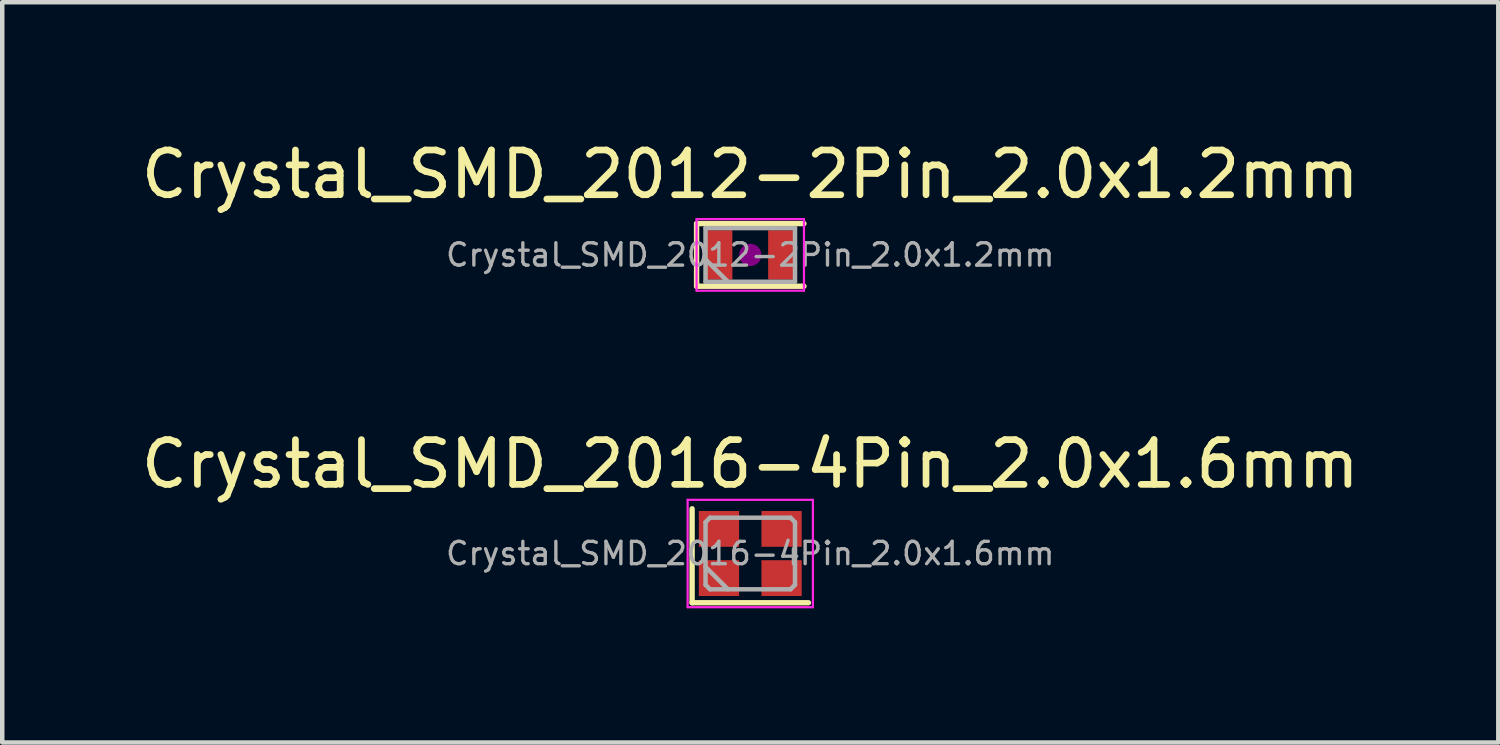
<source format=kicad_pcb>
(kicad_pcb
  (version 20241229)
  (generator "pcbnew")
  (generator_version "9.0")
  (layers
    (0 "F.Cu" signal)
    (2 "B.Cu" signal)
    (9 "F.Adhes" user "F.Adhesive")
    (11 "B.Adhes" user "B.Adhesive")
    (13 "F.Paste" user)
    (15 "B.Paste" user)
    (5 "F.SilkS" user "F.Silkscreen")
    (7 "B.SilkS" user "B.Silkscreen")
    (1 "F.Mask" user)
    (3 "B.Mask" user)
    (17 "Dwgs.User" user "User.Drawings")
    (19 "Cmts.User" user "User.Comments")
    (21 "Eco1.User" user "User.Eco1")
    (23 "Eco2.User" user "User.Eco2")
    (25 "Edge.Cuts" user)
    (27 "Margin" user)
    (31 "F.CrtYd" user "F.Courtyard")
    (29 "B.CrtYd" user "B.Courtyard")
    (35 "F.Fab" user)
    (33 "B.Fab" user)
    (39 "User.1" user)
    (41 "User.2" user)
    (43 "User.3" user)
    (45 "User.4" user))
  (footprint "Crystal_SMD_2012-2Pin_2.0x1.2mm"
    (layer "F.Cu")
    (at 13.72 2.648)
    (property "Reference" "Crystal_SMD_2012-2Pin_2.0x1.2mm" (at 0 -1.8 0) (layer "F.SilkS") (effects (font (size 1 1) (thickness 0.15))))
    (attr smd)
    (fp_line (start -1.2 -0.7) (end -1.2 0.7) (stroke (width 0.12) (type solid)) (layer "F.SilkS"))
    (fp_line (start -1.2 0.7) (end 1.2 0.7) (stroke (width 0.12) (type solid)) (layer "F.SilkS"))
    (fp_line (start 1.2 -0.7) (end -1.2 -0.7) (stroke (width 0.12) (type solid)) (layer "F.SilkS"))
    (fp_circle (center 0 0) (end 0.047 0) (stroke (width 0.093) (type solid)) (fill no) (layer "F.Adhes"))
    (fp_circle (center 0 0) (end 0.107 0) (stroke (width 0.067) (type solid)) (fill no) (layer "F.Adhes"))
    (fp_circle (center 0 0) (end 0.167 0) (stroke (width 0.067) (type solid)) (fill no) (layer "F.Adhes"))
    (fp_circle (center 0 0) (end 0.2 0) (stroke (width 0.1) (type solid)) (fill no) (layer "F.Adhes"))
    (fp_line (start -1.2 0.8) (end -1.2 -0.8) (stroke (width 0.05) (type solid)) (layer "F.CrtYd"))
    (fp_line (start -1.2 0.8) (end 1.2 0.8) (stroke (width 0.05) (type solid)) (layer "F.CrtYd"))
    (fp_line (start 1.2 -0.8) (end -1.2 -0.8) (stroke (width 0.05) (type solid)) (layer "F.CrtYd"))
    (fp_line (start 1.2 0.8) (end 1.2 -0.8) (stroke (width 0.05) (type solid)) (layer "F.CrtYd"))
    (fp_line (start -1 -0.6) (end -1 0.6) (stroke (width 0.1) (type solid)) (layer "F.Fab"))
    (fp_line (start -1 0.1) (end -0.5 0.6) (stroke (width 0.1) (type solid)) (layer "F.Fab"))
    (fp_line (start -1 0.6) (end 1 0.6) (stroke (width 0.1) (type solid)) (layer "F.Fab"))
    (fp_line (start 1 -0.6) (end -1 -0.6) (stroke (width 0.1) (type solid)) (layer "F.Fab"))
    (fp_line (start 1 0.6) (end 1 -0.6) (stroke (width 0.1) (type solid)) (layer "F.Fab"))
    (fp_text user "${REFERENCE}" (at 0 0 0) (layer "F.Fab") (effects (font (size 0.5 0.5) (thickness 0.075))))
    (pad "1" smd rect (at -0.7 0) (size 0.6 1.1) (layers "F.Cu" "F.Mask" "F.Paste"))
    (pad "2" smd rect (at 0.7 0) (size 0.6 1.1) (layers "F.Cu" "F.Mask" "F.Paste")))
  (footprint "Crystal_SMD_2016-4Pin_2.0x1.6mm"
    (layer "F.Cu")
    (at 13.72 9.322)
    (property "Reference" "Crystal_SMD_2016-4Pin_2.0x1.6mm" (at 0 -2 0) (layer "F.SilkS") (effects (font (size 1 1) (thickness 0.15))))
    (attr smd)
    (fp_line (start -1.3 -1) (end -1.3 1.1) (stroke (width 0.12) (type solid)) (layer "F.SilkS"))
    (fp_line (start -1.3 1.1) (end 1.3 1.1) (stroke (width 0.12) (type solid)) (layer "F.SilkS"))
    (fp_line (start -1.4 -1.2) (end -1.4 1.2) (stroke (width 0.05) (type solid)) (layer "F.CrtYd"))
    (fp_line (start -1.4 1.2) (end 1.4 1.2) (stroke (width 0.05) (type solid)) (layer "F.CrtYd"))
    (fp_line (start 1.4 -1.2) (end -1.4 -1.2) (stroke (width 0.05) (type solid)) (layer "F.CrtYd"))
    (fp_line (start 1.4 1.2) (end 1.4 -1.2) (stroke (width 0.05) (type solid)) (layer "F.CrtYd"))
    (fp_line (start -1 -0.7) (end -0.9 -0.8) (stroke (width 0.1) (type solid)) (layer "F.Fab"))
    (fp_line (start -1 0.3) (end -0.5 0.8) (stroke (width 0.1) (type solid)) (layer "F.Fab"))
    (fp_line (start -1 0.7) (end -1 -0.7) (stroke (width 0.1) (type solid)) (layer "F.Fab"))
    (fp_line (start -0.9 -0.8) (end 0.9 -0.8) (stroke (width 0.1) (type solid)) (layer "F.Fab"))
    (fp_line (start -0.9 0.8) (end -1 0.7) (stroke (width 0.1) (type solid)) (layer "F.Fab"))
    (fp_line (start 0.9 -0.8) (end 1 -0.7) (stroke (width 0.1) (type solid)) (layer "F.Fab"))
    (fp_line (start 0.9 0.8) (end -0.9 0.8) (stroke (width 0.1) (type solid)) (layer "F.Fab"))
    (fp_line (start 1 -0.7) (end 1 0.7) (stroke (width 0.1) (type solid)) (layer "F.Fab"))
    (fp_line (start 1 0.7) (end 0.9 0.8) (stroke (width 0.1) (type solid)) (layer "F.Fab"))
    (fp_text user "${REFERENCE}" (at 0 0 0) (layer "F.Fab") (effects (font (size 0.5 0.5) (thickness 0.075))))
    (pad "1" smd rect (at -0.7 0.55) (size 0.9 0.8) (layers "F.Cu" "F.Mask" "F.Paste"))
    (pad "2" smd rect (at 0.7 0.55) (size 0.9 0.8) (layers "F.Cu" "F.Mask" "F.Paste"))
    (pad "3" smd rect (at 0.7 -0.55) (size 0.9 0.8) (layers "F.Cu" "F.Mask" "F.Paste"))
    (pad "4" smd rect (at -0.7 -0.55) (size 0.9 0.8) (layers "F.Cu" "F.Mask" "F.Paste")))
  (gr_rect
    (start -3 -3)
    (end 30.44 13.546)
    (stroke (width 0.1) (type default))
    (fill no)
    (layer "Edge.Cuts")))
</source>
